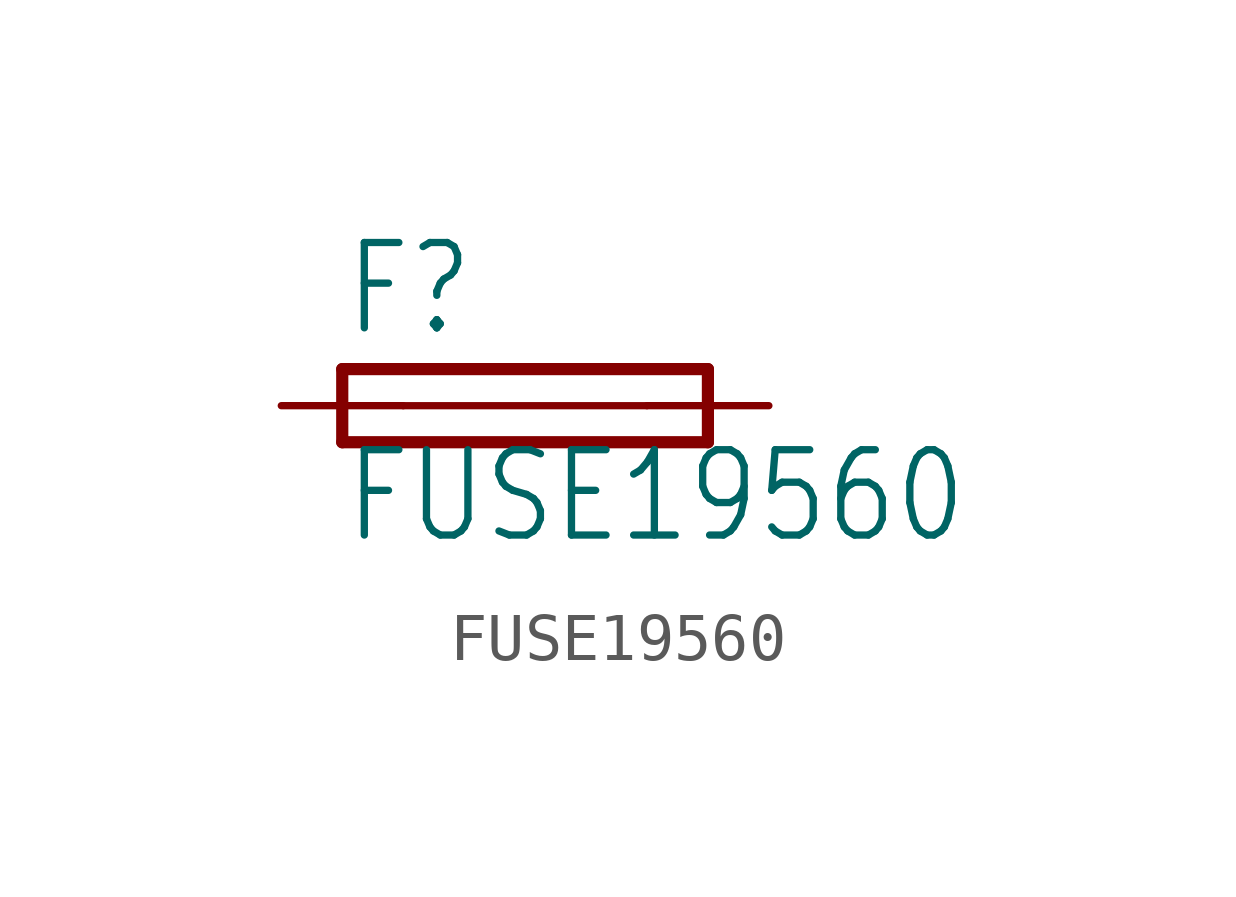
<source format=kicad_sym>
(kicad_symbol_lib
  (version 20200126)
  (host kicad_symbol_editor "5.99.0-unknown-aa7ce74~88~ubuntu18.04.1")
  (symbol "FUSE19560"
    (property "Reference" "F"
      (at -3.81 1.397 0)
      (effects (font (size 1.778 1.511)) (justify left bottom)))
    (property "Value" "FUSE19560"
      (at -3.81 -2.921 0)
      (effects (font (size 1.778 1.511)) (justify left bottom)))
    (property "ki_locked" ""
      (at 0 0 0)
      (effects (font (size 1.27 1.27))))
    (symbol "FUSE19560_1_0"
      (polyline (pts (xy -3.81 -0.762) (xy 3.81 -0.762)) (stroke (width 0.254)) (fill (type none)))
      (polyline (pts (xy 3.81 0.762) (xy -3.81 0.762)) (stroke (width 0.254)) (fill (type none)))
      (polyline (pts (xy 3.81 -0.762) (xy 3.81 0.762)) (stroke (width 0.254)) (fill (type none)))
      (polyline (pts (xy -3.81 0.762) (xy -3.81 -0.762)) (stroke (width 0.254)) (fill (type none)))
      (polyline (pts (xy -2.54 0) (xy 2.54 0)) (stroke (width 0.152)) (fill (type none)))
      (pin passive line (at 5.08 0 180) (length 2.54) (name "2" (effects (font (size 0 0)))) (number "2" (effects (font (size 0 0)))))
      (pin passive line (at -5.08 0 0) (length 2.54) (name "1" (effects (font (size 0 0)))) (number "1" (effects (font (size 0 0))))))))
</source>
